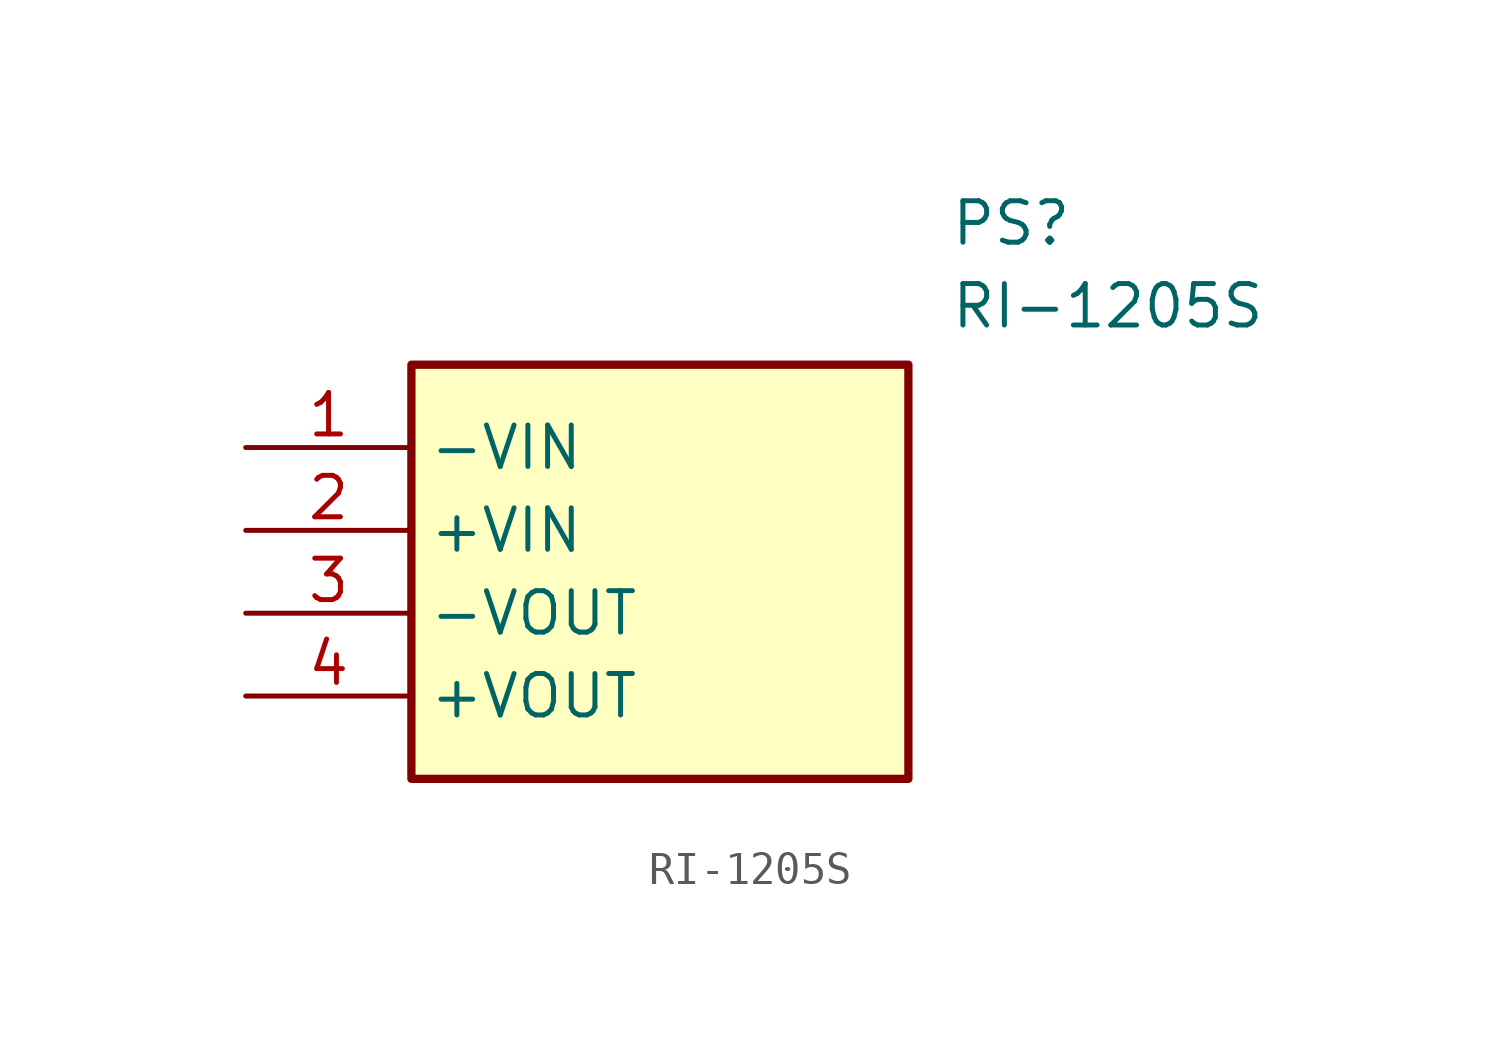
<source format=kicad_sym>
(kicad_symbol_lib
  (version 20211014)
  (generator SamacSys_ECAD_Model)
  (symbol "RI-1205S"
    (property "Reference" "PS"
      (at 21.59 7.62 0)
      (effects (font (size 1.27 1.27)) (justify left top)))
    (property "Value" "RI-1205S"
      (at 21.59 5.08 0)
      (effects (font (size 1.27 1.27)) (justify left top)))
    (rectangle
      (start 5.08 2.54)
      (end 20.32 -10.16)
      (stroke (width 0.254) (type default))
      (fill (type background)))
    (pin passive line
      (at 0 0 0)
      (length 5.08)
      (name "-VIN" (effects (font (size 1.27 1.27))))
      (number "1" (effects (font (size 1.27 1.27)))))
    (pin passive line
      (at 0 -2.54 0)
      (length 5.08)
      (name "+VIN" (effects (font (size 1.27 1.27))))
      (number "2" (effects (font (size 1.27 1.27)))))
    (pin passive line
      (at 0 -5.08 0)
      (length 5.08)
      (name "-VOUT" (effects (font (size 1.27 1.27))))
      (number "3" (effects (font (size 1.27 1.27)))))
    (pin passive line
      (at 0 -7.62 0)
      (length 5.08)
      (name "+VOUT" (effects (font (size 1.27 1.27))))
      (number "4" (effects (font (size 1.27 1.27)))))))
</source>
